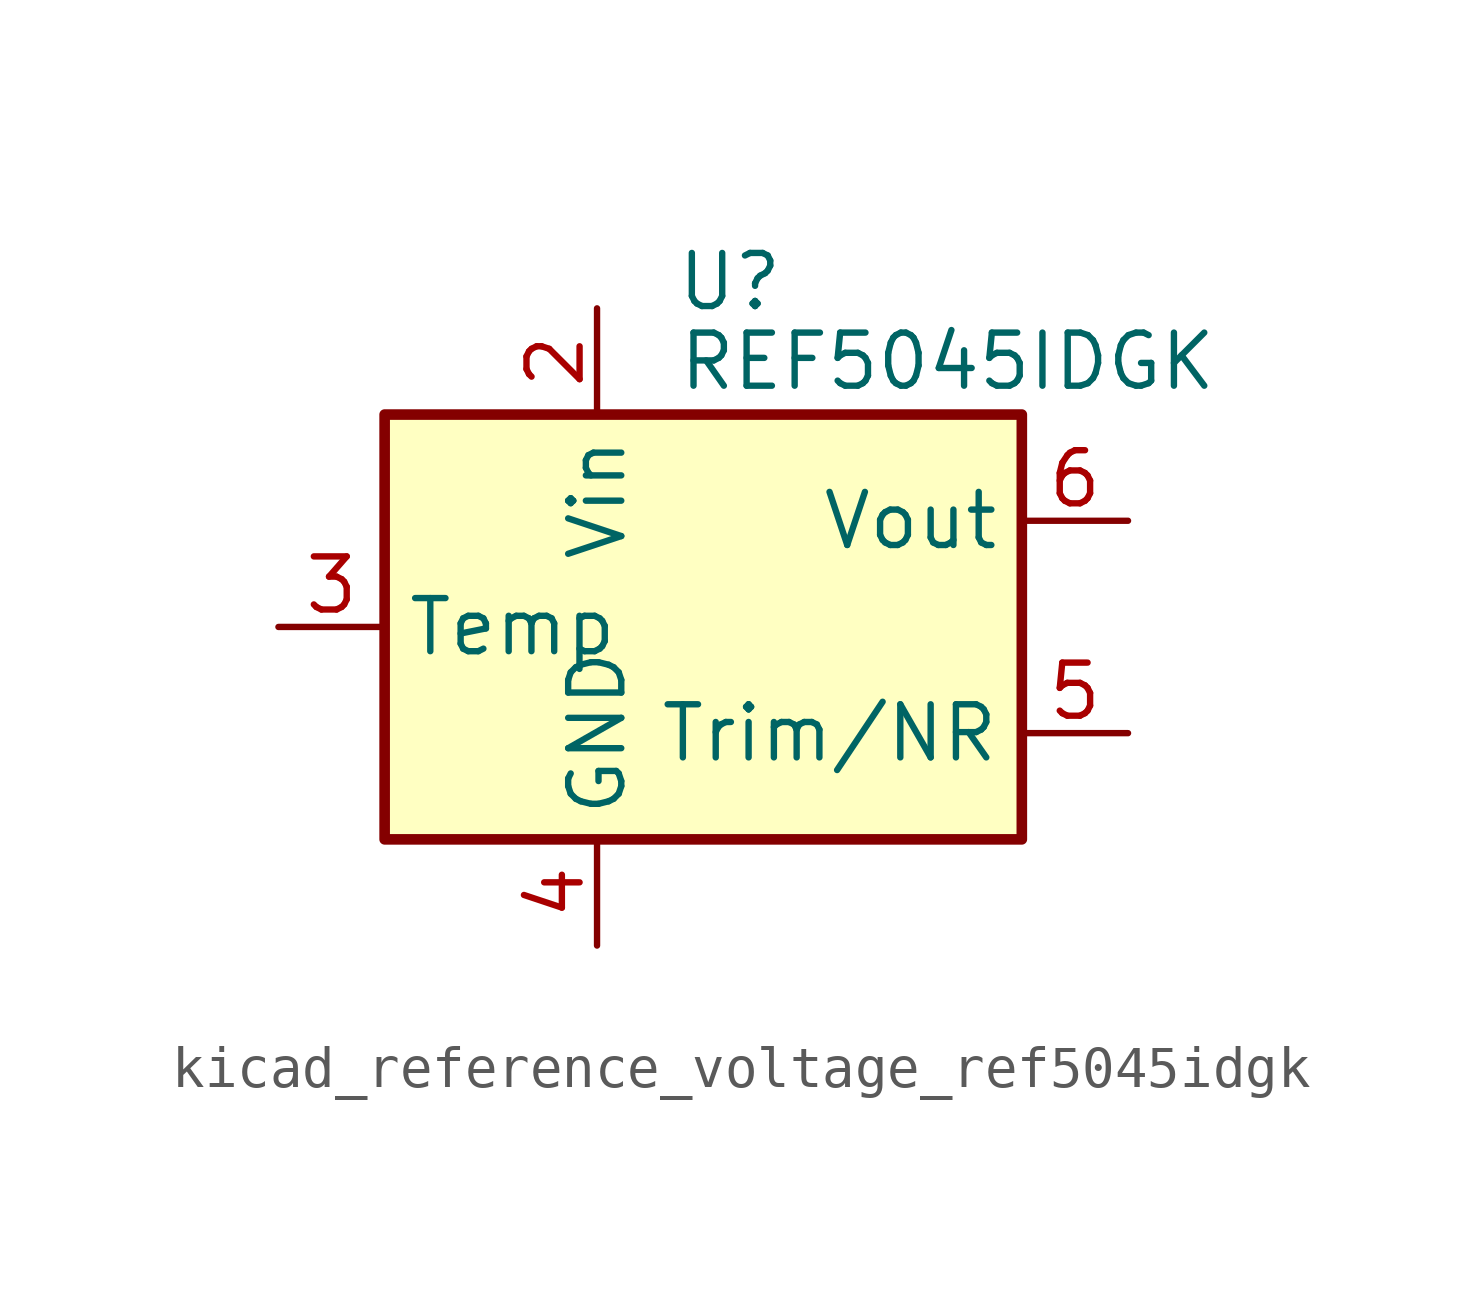
<source format=kicad_sym>
(kicad_symbol_lib
  (version 20220914)
  (generator kicad_symbol_editor)
  (symbol "kicad_reference_voltage_ref5045idgk"
    (property "Reference" "U"
      (at 0.635 8.255 0)
      (effects (font (size 1.27 1.27))))
    (property "Value" "REF5045IDGK"
      (at -0.635 6.35 0)
      (effects (font (size 1.27 1.27)) (justify left)))
    (symbol "kicad_reference_voltage_ref5045idgk_0_1"
      (rectangle (start -7.62 5.08) (end 7.62 -5.08) (stroke (width 0.254) (type default)) (fill (type background))))
    (symbol "kicad_reference_voltage_ref5045idgk_1_1"
      (pin no_connect line (at -7.62 2.54 0) (length 2.54) hide (name "DNC" (effects (font (size 1.27 1.27)))) (number "1" (effects (font (size 1.27 1.27)))))
      (pin power_in line (at -2.54 7.62 270) (length 2.54) (name "Vin" (effects (font (size 1.27 1.27)))) (number "2" (effects (font (size 1.27 1.27)))))
      (pin passive line (at -10.16 0 0) (length 2.54) (name "Temp" (effects (font (size 1.27 1.27)))) (number "3" (effects (font (size 1.27 1.27)))))
      (pin power_in line (at -2.54 -7.62 90) (length 2.54) (name "GND" (effects (font (size 1.27 1.27)))) (number "4" (effects (font (size 1.27 1.27)))))
      (pin passive line (at 10.16 -2.54 180) (length 2.54) (name "Trim/NR" (effects (font (size 1.27 1.27)))) (number "5" (effects (font (size 1.27 1.27)))))
      (pin power_out line (at 10.16 2.54 180) (length 2.54) (name "Vout" (effects (font (size 1.27 1.27)))) (number "6" (effects (font (size 1.27 1.27)))))
      (pin no_connect line (at -5.08 -5.08 90) (length 2.54) hide (name "NC" (effects (font (size 1.27 1.27)))) (number "7" (effects (font (size 1.27 1.27)))))
      (pin no_connect line (at 7.62 0 180) (length 2.54) hide (name "DNC" (effects (font (size 1.27 1.27)))) (number "8" (effects (font (size 1.27 1.27))))))))
</source>
